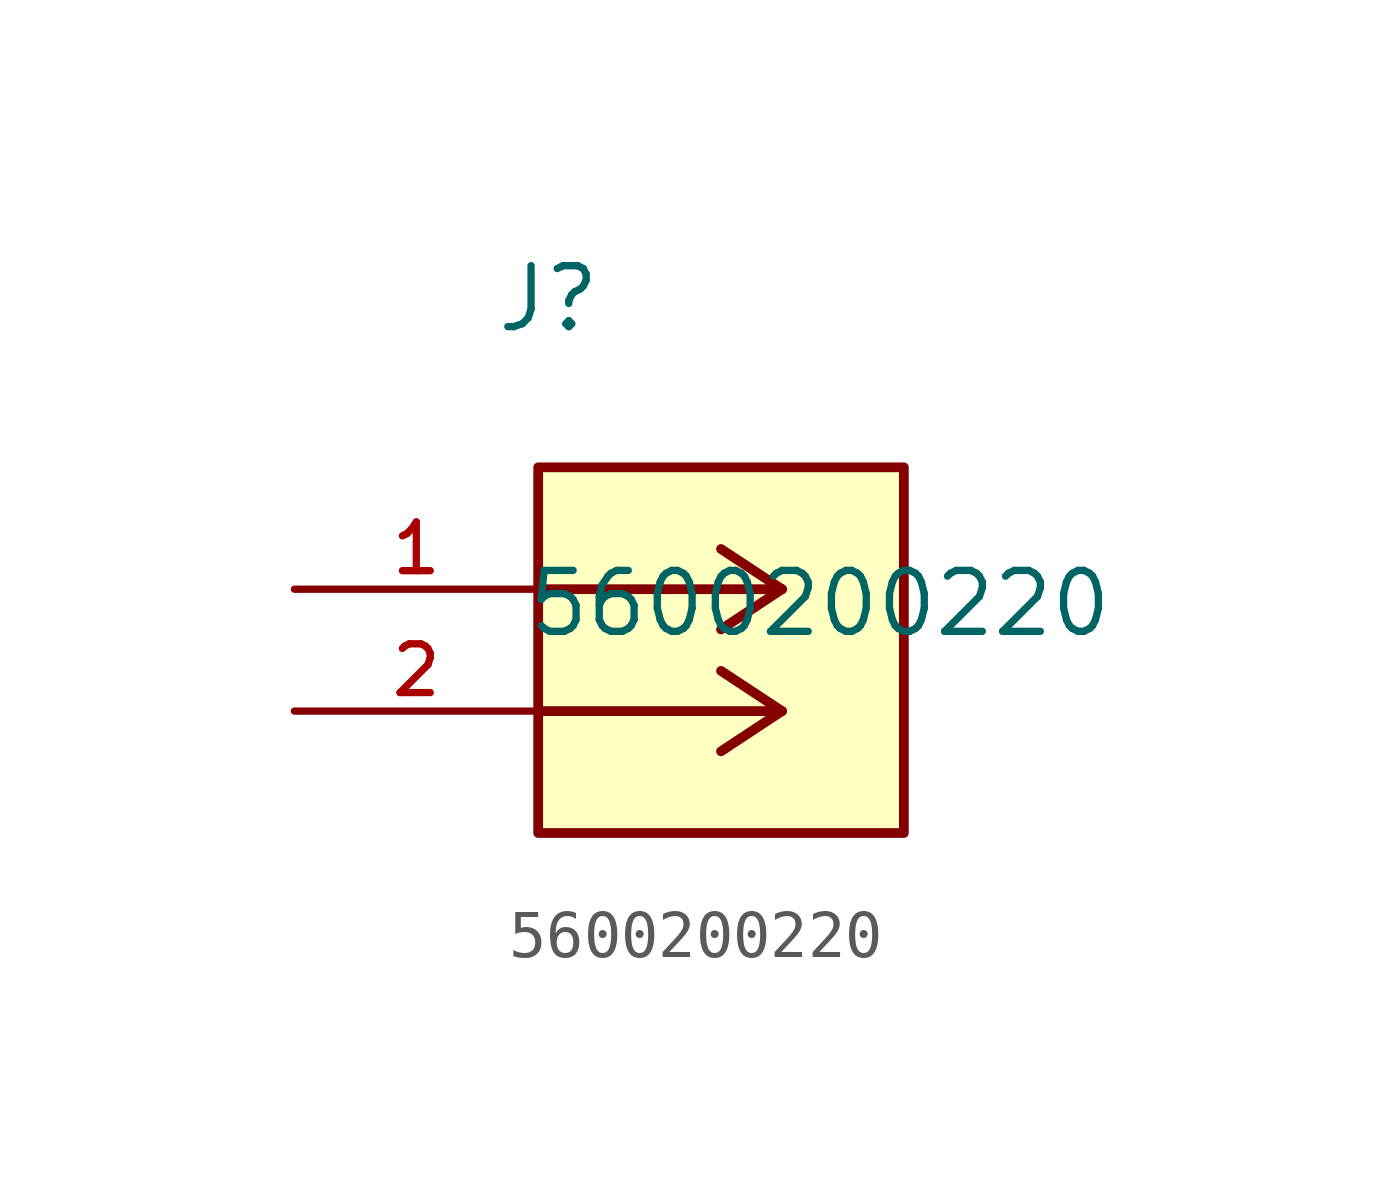
<source format=kicad_sym>
(kicad_symbol_lib
  (version 20211014)
  (generator kicad_symbol_editor)
  (symbol "5600200220"
    (pin_names
      (offset 1.016))
    (property "Reference" "J"
      (at 4.166 5.309 0.0)
      (effects (font (size 1.27 1.27)) (justify bottom left)))
    (property "Value" "5600200220"
      (at 4.801 -1.041 0.0)
      (effects (font (size 1.27 1.27)) (justify bottom left)))
    (symbol "5600200220_0_0"
      (polyline (pts (xy 10.16 0.0) (xy 5.08 0.0)) (stroke (width 0.203)))
      (polyline (pts (xy 10.16 -2.54) (xy 5.08 -2.54)) (stroke (width 0.203)))
      (polyline (pts (xy 10.16 0.0) (xy 8.89 0.838)) (stroke (width 0.203)))
      (polyline (pts (xy 10.16 -2.54) (xy 8.89 -1.702)) (stroke (width 0.203)))
      (polyline (pts (xy 10.16 0.0) (xy 8.89 -0.838)) (stroke (width 0.203)))
      (polyline (pts (xy 10.16 -2.54) (xy 8.89 -3.378)) (stroke (width 0.203)))
      (rectangle (start 5.08 -5.08) (end 12.7 2.54) (stroke (width 0.203)) (fill (type background)))
      (pin passive line (at 0.0 0.0 0) (length 5.08) (name "~" (effects (font (size 1.016 1.016)))) (number "1" (effects (font (size 1.016 1.016)))))
      (pin passive line (at 0.0 -2.54 0) (length 5.08) (name "~" (effects (font (size 1.016 1.016)))) (number "2" (effects (font (size 1.016 1.016))))))))
</source>
